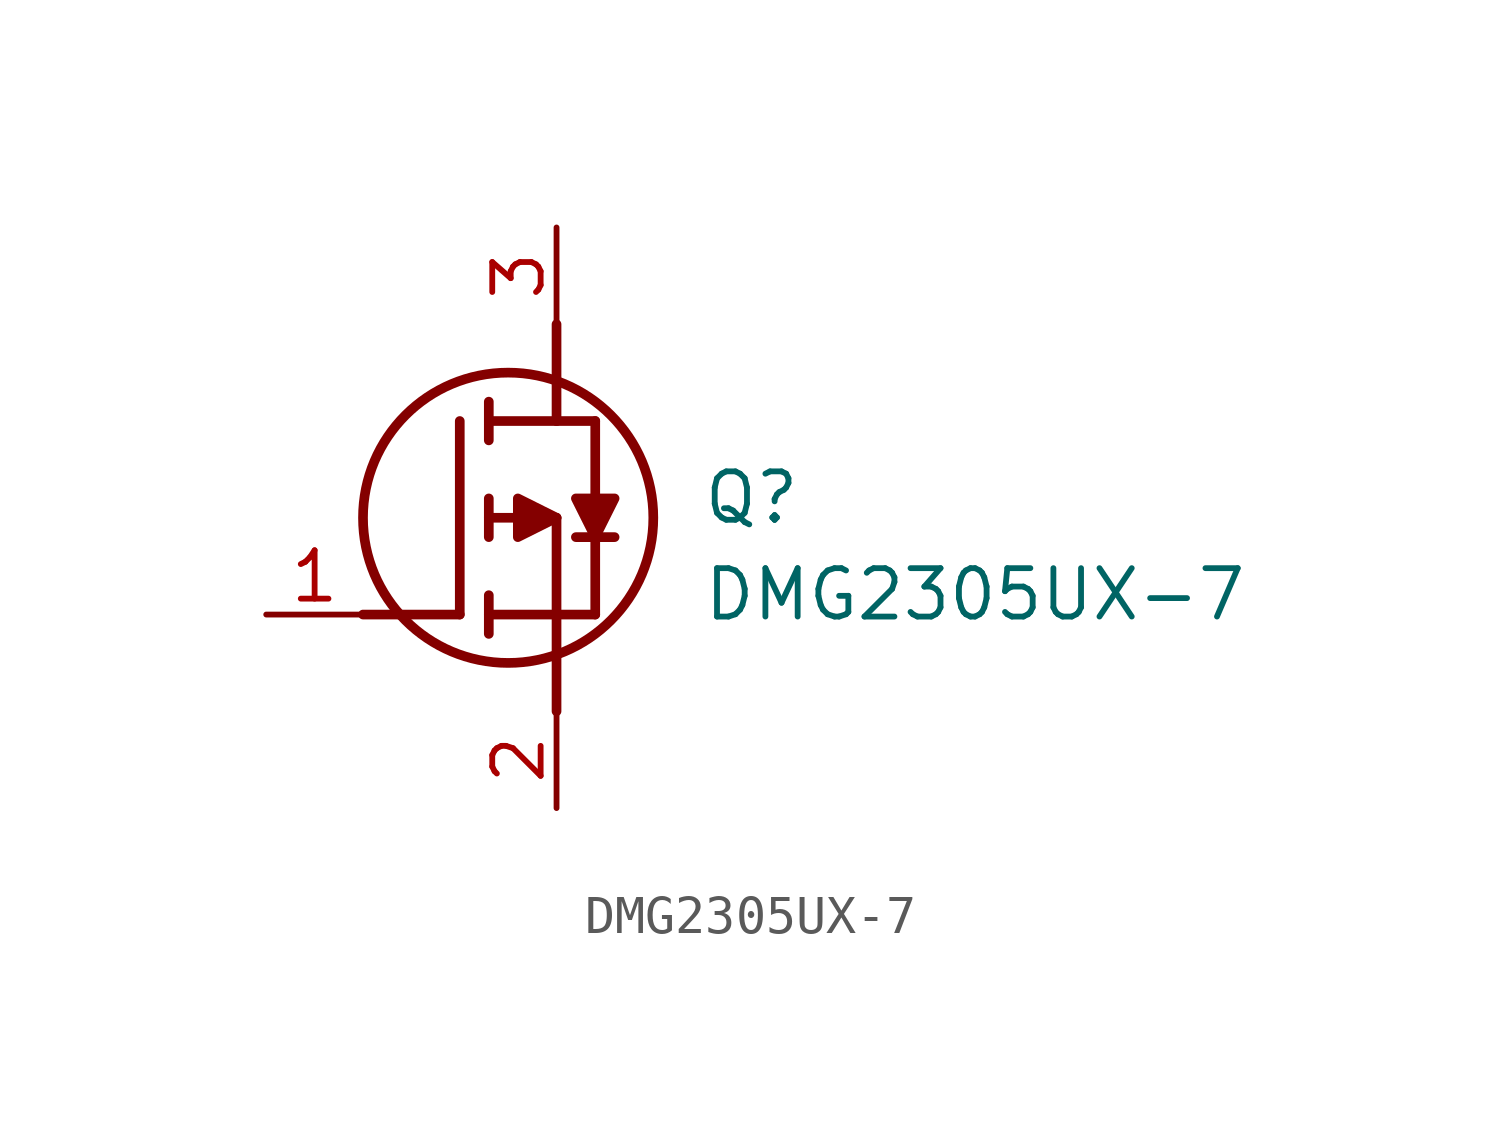
<source format=kicad_sym>
(kicad_symbol_lib
  (version 20211014)
  (generator SamacSys_ECAD_Model)
  (symbol "DMG2305UX-7"
    (pin_names hide)
    (property "Reference" "Q"
      (at 11.43 3.81 0)
      (effects (font (size 1.27 1.27)) (justify left top)))
    (property "Value" "DMG2305UX-7"
      (at 11.43 1.27 0)
      (effects (font (size 1.27 1.27)) (justify left top)))
    (polyline
      (pts (xy 7.62 2.54) (xy 7.62 -2.54))
      (stroke (width 0.254) (type default))
      (fill (type none)))
    (polyline
      (pts (xy 7.62 5.08) (xy 7.62 7.62))
      (stroke (width 0.254) (type default))
      (fill (type none)))
    (polyline
      (pts (xy 2.54 0) (xy 5.08 0))
      (stroke (width 0.254) (type default))
      (fill (type none)))
    (polyline
      (pts (xy 5.08 5.08) (xy 5.08 0))
      (stroke (width 0.254) (type default))
      (fill (type none)))
    (polyline
      (pts (xy 7.62 2.54) (xy 5.842 2.54))
      (stroke (width 0.254) (type default))
      (fill (type none)))
    (polyline
      (pts (xy 7.62 5.08) (xy 5.842 5.08))
      (stroke (width 0.254) (type default))
      (fill (type none)))
    (polyline
      (pts (xy 5.842 0) (xy 7.62 0))
      (stroke (width 0.254) (type default))
      (fill (type none)))
    (polyline
      (pts (xy 5.842 5.588) (xy 5.842 4.572))
      (stroke (width 0.254) (type default))
      (fill (type none)))
    (polyline
      (pts (xy 5.842 -0.508) (xy 5.842 0.508))
      (stroke (width 0.254) (type default))
      (fill (type none)))
    (polyline
      (pts (xy 5.842 2.032) (xy 5.842 3.048))
      (stroke (width 0.254) (type default))
      (fill (type none)))
    (polyline
      (pts (xy 8.128 2.032) (xy 9.144 2.032))
      (stroke (width 0.254) (type default))
      (fill (type none)))
    (polyline
      (pts (xy 8.636 3.048) (xy 8.636 5.08))
      (stroke (width 0.254) (type default))
      (fill (type none)))
    (polyline
      (pts (xy 7.62 5.08) (xy 8.636 5.08))
      (stroke (width 0.254) (type default))
      (fill (type none)))
    (polyline
      (pts (xy 8.636 2.032) (xy 8.636 0))
      (stroke (width 0.254) (type default))
      (fill (type none)))
    (polyline
      (pts (xy 7.62 0) (xy 8.636 0))
      (stroke (width 0.254) (type default))
      (fill (type none)))
    (circle
      (center 6.35 2.54)
      (radius 3.81)
      (stroke (width 0.254) (type default))
      (fill (type none)))
    (polyline
      (pts (xy 7.62 2.54) (xy 6.604 3.048) (xy 6.604 2.032) (xy 7.62 2.54))
      (stroke (width 0.254) (type default))
      (fill (type outline)))
    (polyline
      (pts (xy 8.636 2.032) (xy 8.128 3.048) (xy 9.144 3.048) (xy 8.636 2.032))
      (stroke (width 0.254) (type default))
      (fill (type outline)))
    (pin passive line
      (at 0 0 0)
      (length 2.54)
      (name "G" (effects (font (size 1.27 1.27))))
      (number "1" (effects (font (size 1.27 1.27)))))
    (pin passive line
      (at 7.62 -5.08 90)
      (length 2.54)
      (name "S" (effects (font (size 1.27 1.27))))
      (number "2" (effects (font (size 1.27 1.27)))))
    (pin passive line
      (at 7.62 10.16 270)
      (length 2.54)
      (name "D" (effects (font (size 1.27 1.27))))
      (number "3" (effects (font (size 1.27 1.27)))))))
</source>
